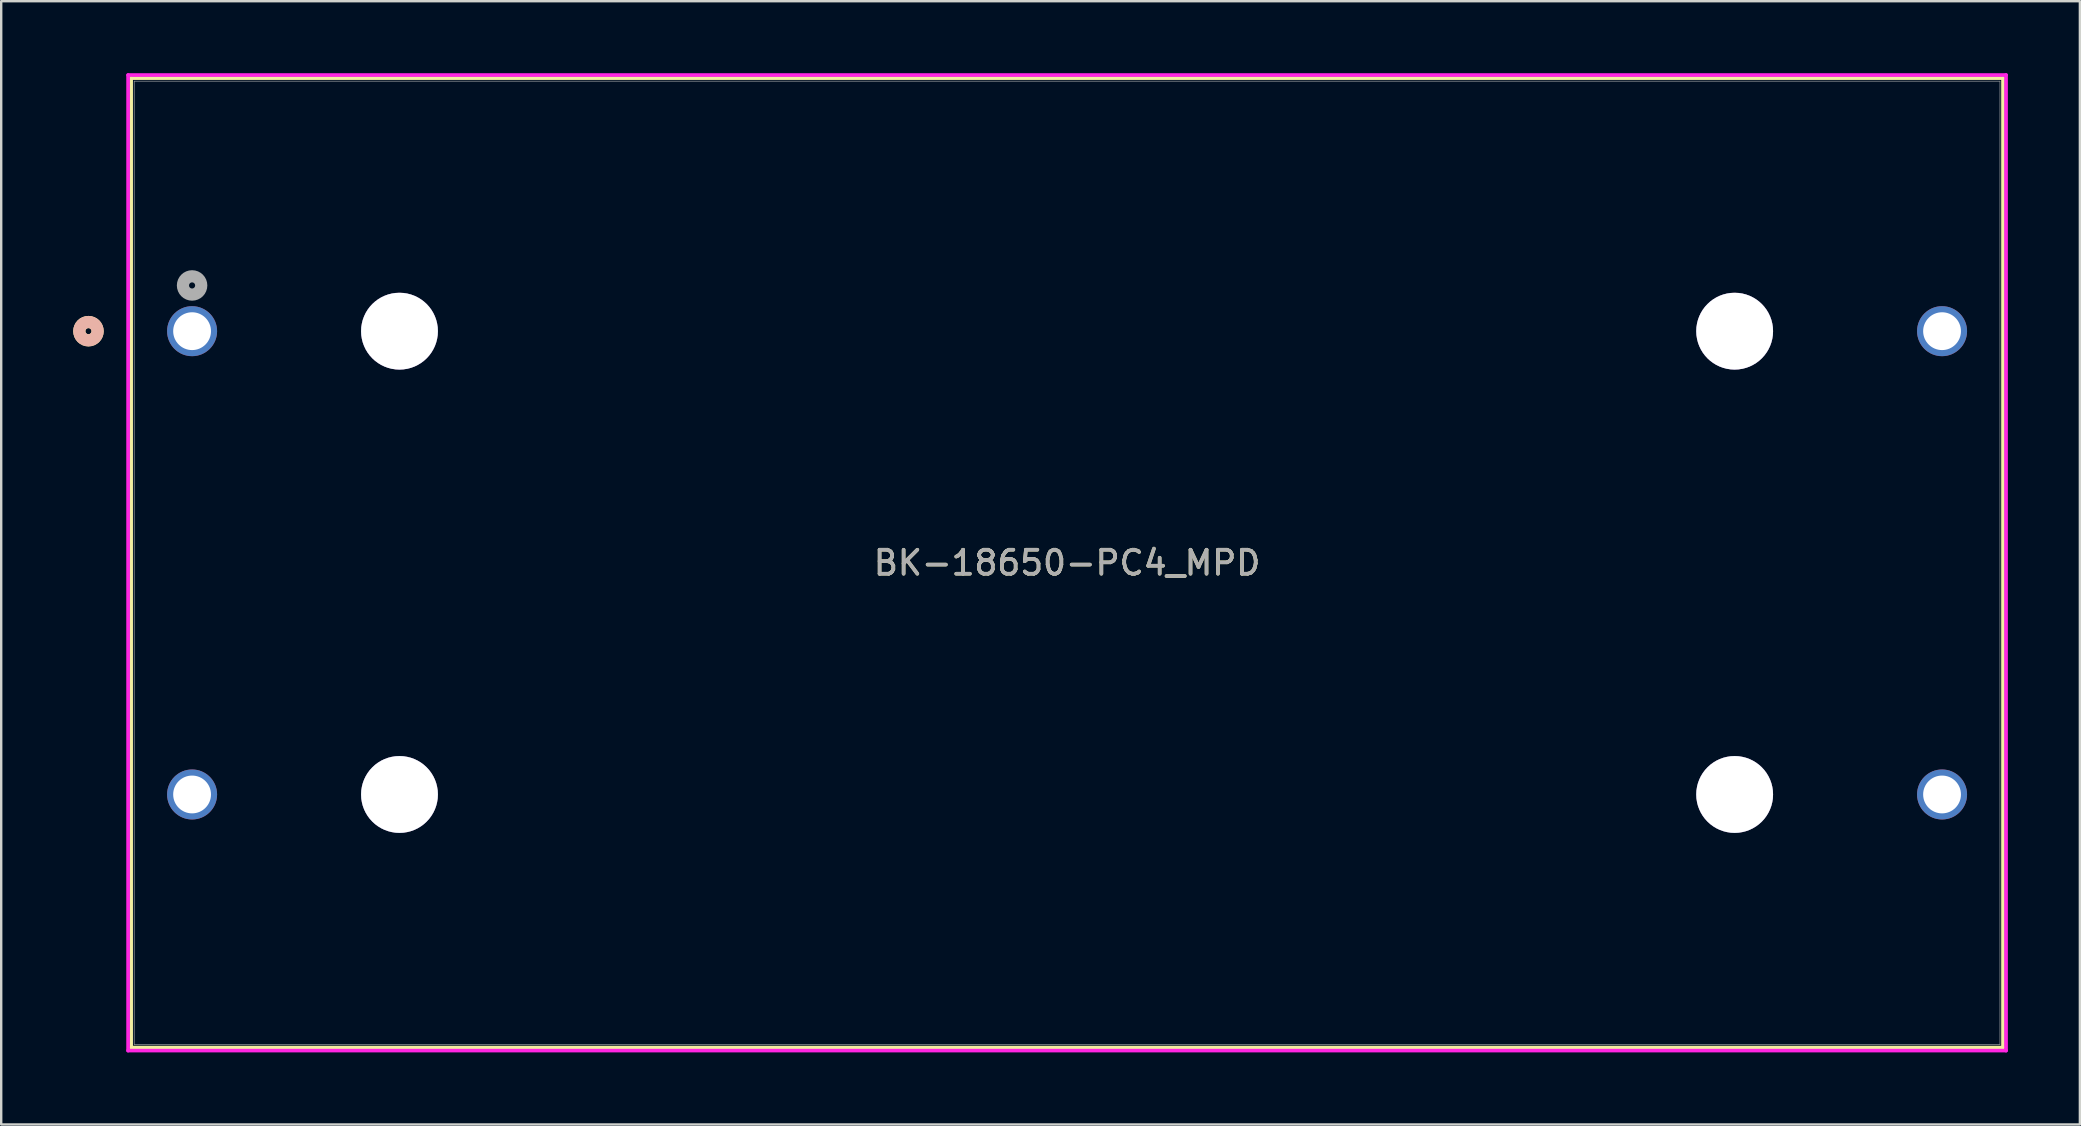
<source format=kicad_pcb>
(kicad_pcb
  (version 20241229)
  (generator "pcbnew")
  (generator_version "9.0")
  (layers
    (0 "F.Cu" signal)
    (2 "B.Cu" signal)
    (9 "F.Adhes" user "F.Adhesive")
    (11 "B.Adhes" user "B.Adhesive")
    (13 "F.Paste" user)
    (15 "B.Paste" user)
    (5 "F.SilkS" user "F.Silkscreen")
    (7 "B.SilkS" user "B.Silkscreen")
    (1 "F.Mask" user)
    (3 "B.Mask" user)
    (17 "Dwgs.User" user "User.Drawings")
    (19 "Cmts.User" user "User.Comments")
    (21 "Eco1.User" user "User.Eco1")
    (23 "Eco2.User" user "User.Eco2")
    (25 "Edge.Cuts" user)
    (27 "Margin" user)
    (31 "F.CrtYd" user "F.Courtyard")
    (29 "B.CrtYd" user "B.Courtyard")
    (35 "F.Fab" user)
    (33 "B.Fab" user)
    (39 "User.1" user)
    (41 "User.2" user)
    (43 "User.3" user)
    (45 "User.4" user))
  (footprint "BK-18650-PC4_MPD"
    (layer "F.Cu")
    (at 4.952 10.746)
    (property "Reference" "BK-18650-PC4_MPD" (at 36.45 9.65 0) (unlocked yes) (layer "F.SilkS") (effects (font (size 1 1) (thickness 0.15))))
    (attr through_hole)
    (fp_line (start -2.539 -10.543) (end -2.539 29.843) (stroke (width 0.152) (type solid)) (layer "F.SilkS"))
    (fp_line (start -2.539 29.843) (end 75.439 29.843) (stroke (width 0.152) (type solid)) (layer "F.SilkS"))
    (fp_line (start 75.439 -10.543) (end -2.539 -10.543) (stroke (width 0.152) (type solid)) (layer "F.SilkS"))
    (fp_line (start 75.439 29.843) (end 75.439 -10.543) (stroke (width 0.152) (type solid)) (layer "F.SilkS"))
    (fp_circle (center -4.317 0) (end -3.936 0) (stroke (width 0.508) (type solid)) (fill no) (layer "F.SilkS"))
    (fp_circle (center -4.317 0) (end -3.936 0) (stroke (width 0.508) (type solid)) (fill no) (layer "B.SilkS"))
    (fp_line (start -2.666 -10.67) (end -2.666 29.97) (stroke (width 0.152) (type solid)) (layer "F.CrtYd"))
    (fp_line (start -2.666 29.97) (end 75.566 29.97) (stroke (width 0.152) (type solid)) (layer "F.CrtYd"))
    (fp_line (start 75.566 -10.67) (end -2.666 -10.67) (stroke (width 0.152) (type solid)) (layer "F.CrtYd"))
    (fp_line (start 75.566 29.97) (end 75.566 -10.67) (stroke (width 0.152) (type solid)) (layer "F.CrtYd"))
    (fp_line (start -2.412 -10.416) (end -2.412 29.716) (stroke (width 0.025) (type solid)) (layer "F.Fab"))
    (fp_line (start -2.412 29.716) (end 75.312 29.716) (stroke (width 0.025) (type solid)) (layer "F.Fab"))
    (fp_line (start 75.312 -10.416) (end -2.412 -10.416) (stroke (width 0.025) (type solid)) (layer "F.Fab"))
    (fp_line (start 75.312 29.716) (end 75.312 -10.416) (stroke (width 0.025) (type solid)) (layer "F.Fab"))
    (fp_circle (center 0 -1.905) (end 0.381 -1.905) (stroke (width 0.508) (type solid)) (fill no) (layer "F.Fab"))
    (fp_text user "${REFERENCE}" (at 36.45 9.65 0) (unlocked yes) (layer "F.Fab") (effects (font (size 1 1) (thickness 0.15))))
    (pad "1" thru_hole circle (at 0 0) (size 2.083 2.083) (drill 1.575) (layers "*.Cu" "*.Mask"))
    (pad "2" thru_hole circle (at 0 19.3) (size 2.083 2.083) (drill 1.575) (layers "*.Cu" "*.Mask"))
    (pad "3" thru_hole circle (at 72.9 19.3) (size 2.083 2.083) (drill 1.575) (layers "*.Cu" "*.Mask"))
    (pad "4" thru_hole circle (at 72.9 0) (size 2.083 2.083) (drill 1.575) (layers "*.Cu" "*.Mask"))
    (pad "5" thru_hole circle (at 8.64 19.3) (size 3.2 3.2) (drill 3.2) (layers "*.Cu" "*.Mask"))
    (pad "6" thru_hole circle (at 64.26 19.3) (size 3.2 3.2) (drill 3.2) (layers "*.Cu" "*.Mask"))
    (pad "7" thru_hole circle (at 8.64 0) (size 3.2 3.2) (drill 3.2) (layers "*.Cu" "*.Mask"))
    (pad "8" thru_hole circle (at 64.26 0) (size 3.2 3.2) (drill 3.2) (layers "*.Cu" "*.Mask")))
  (gr_rect
    (start -3 -3)
    (end 83.594 43.792)
    (stroke (width 0.1) (type default))
    (fill no)
    (layer "Edge.Cuts")))
</source>
